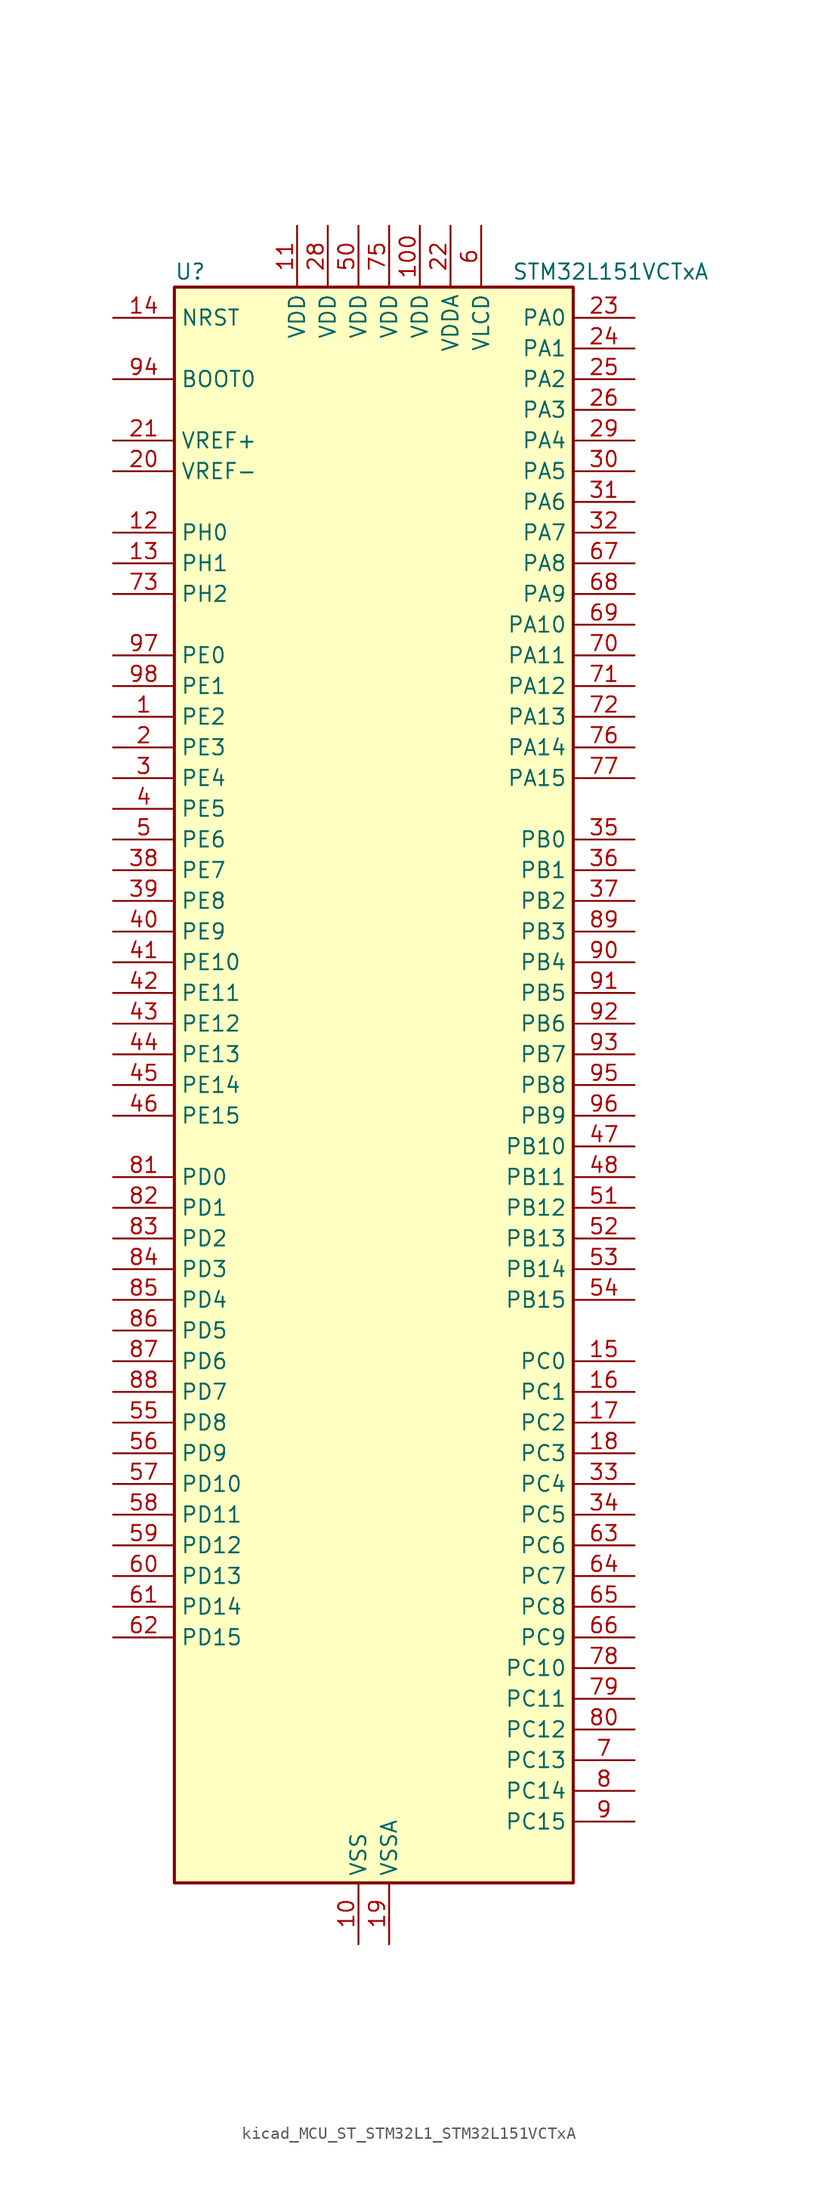
<source format=kicad_sym>
(kicad_symbol_lib
  (version 20220914)
  (generator kicad_symbol_editor)
  (symbol "kicad_MCU_ST_STM32L1_STM32L151VCTxA"
    (property "Reference" "U"
      (at -15.24 67.31 0)
      (effects (font (size 1.27 1.27)) (justify left)))
    (property "Value" "STM32L151VCTxA"
      (at 12.7 67.31 0)
      (effects (font (size 1.27 1.27)) (justify left)))
    (property "ki_locked" ""
      (at 0 0 0)
      (effects (font (size 1.27 1.27))))
    (symbol "kicad_MCU_ST_STM32L1_STM32L151VCTxA_0_1"
      (rectangle (start -15.24 -66.04) (end 17.78 66.04) (stroke (width 0.254) (type default)) (fill (type background))))
    (symbol "kicad_MCU_ST_STM32L1_STM32L151VCTxA_1_1"
      (pin bidirectional line (at -20.32 30.48 0) (length 5.08) (name "PE2" (effects (font (size 1.27 1.27)))) (number "1" (effects (font (size 1.27 1.27)))) (alternate "SYS_TRACECK" bidirectional line) (alternate "TIM3_ETR" bidirectional line) (alternate "TIMX_IC3" bidirectional line))
      (pin power_in line (at 0 -71.12 90) (length 5.08) (name "VSS" (effects (font (size 1.27 1.27)))) (number "10" (effects (font (size 1.27 1.27)))))
      (pin power_in line (at 5.08 71.12 270) (length 5.08) (name "VDD" (effects (font (size 1.27 1.27)))) (number "100" (effects (font (size 1.27 1.27)))))
      (pin power_in line (at -5.08 71.12 270) (length 5.08) (name "VDD" (effects (font (size 1.27 1.27)))) (number "11" (effects (font (size 1.27 1.27)))))
      (pin bidirectional line (at -20.32 45.72 0) (length 5.08) (name "PH0" (effects (font (size 1.27 1.27)))) (number "12" (effects (font (size 1.27 1.27)))) (alternate "RCC_OSC_IN" bidirectional line))
      (pin bidirectional line (at -20.32 43.18 0) (length 5.08) (name "PH1" (effects (font (size 1.27 1.27)))) (number "13" (effects (font (size 1.27 1.27)))) (alternate "RCC_OSC_OUT" bidirectional line))
      (pin input line (at -20.32 63.5 0) (length 5.08) (name "NRST" (effects (font (size 1.27 1.27)))) (number "14" (effects (font (size 1.27 1.27)))))
      (pin bidirectional line (at 22.86 -22.86 180) (length 5.08) (name "PC0" (effects (font (size 1.27 1.27)))) (number "15" (effects (font (size 1.27 1.27)))) (alternate "ADC_IN10" bidirectional line) (alternate "COMP1_INP" bidirectional line) (alternate "TIMX_IC1" bidirectional line) (alternate "TS_G8_IO1" bidirectional line))
      (pin bidirectional line (at 22.86 -25.4 180) (length 5.08) (name "PC1" (effects (font (size 1.27 1.27)))) (number "16" (effects (font (size 1.27 1.27)))) (alternate "ADC_IN11" bidirectional line) (alternate "COMP1_INP" bidirectional line) (alternate "TIMX_IC2" bidirectional line) (alternate "TS_G8_IO2" bidirectional line))
      (pin bidirectional line (at 22.86 -27.94 180) (length 5.08) (name "PC2" (effects (font (size 1.27 1.27)))) (number "17" (effects (font (size 1.27 1.27)))) (alternate "ADC_IN12" bidirectional line) (alternate "COMP1_INP" bidirectional line) (alternate "TIMX_IC3" bidirectional line) (alternate "TS_G8_IO3" bidirectional line))
      (pin bidirectional line (at 22.86 -30.48 180) (length 5.08) (name "PC3" (effects (font (size 1.27 1.27)))) (number "18" (effects (font (size 1.27 1.27)))) (alternate "ADC_IN13" bidirectional line) (alternate "COMP1_INP" bidirectional line) (alternate "TIMX_IC4" bidirectional line) (alternate "TS_G8_IO4" bidirectional line))
      (pin power_in line (at 2.54 -71.12 90) (length 5.08) (name "VSSA" (effects (font (size 1.27 1.27)))) (number "19" (effects (font (size 1.27 1.27)))))
      (pin bidirectional line (at -20.32 27.94 0) (length 5.08) (name "PE3" (effects (font (size 1.27 1.27)))) (number "2" (effects (font (size 1.27 1.27)))) (alternate "SYS_TRACED0" bidirectional line) (alternate "TIM3_CH1" bidirectional line) (alternate "TIMX_IC4" bidirectional line))
      (pin input line (at -20.32 50.8 0) (length 5.08) (name "VREF-" (effects (font (size 1.27 1.27)))) (number "20" (effects (font (size 1.27 1.27)))))
      (pin input line (at -20.32 53.34 0) (length 5.08) (name "VREF+" (effects (font (size 1.27 1.27)))) (number "21" (effects (font (size 1.27 1.27)))))
      (pin power_in line (at 7.62 71.12 270) (length 5.08) (name "VDDA" (effects (font (size 1.27 1.27)))) (number "22" (effects (font (size 1.27 1.27)))))
      (pin bidirectional line (at 22.86 63.5 180) (length 5.08) (name "PA0" (effects (font (size 1.27 1.27)))) (number "23" (effects (font (size 1.27 1.27)))) (alternate "ADC_IN0" bidirectional line) (alternate "COMP1_INP" bidirectional line) (alternate "RTC_TAMP2" bidirectional line) (alternate "SYS_WKUP1" bidirectional line) (alternate "TIM2_CH1" bidirectional line) (alternate "TIM2_ETR" bidirectional line) (alternate "TIM5_CH1" bidirectional line) (alternate "TIMX_IC1" bidirectional line) (alternate "TS_G1_IO1" bidirectional line) (alternate "USART2_CTS" bidirectional line))
      (pin bidirectional line (at 22.86 60.96 180) (length 5.08) (name "PA1" (effects (font (size 1.27 1.27)))) (number "24" (effects (font (size 1.27 1.27)))) (alternate "ADC_IN1" bidirectional line) (alternate "COMP1_INP" bidirectional line) (alternate "OPAMP1_VINP" bidirectional line) (alternate "TIM2_CH2" bidirectional line) (alternate "TIM5_CH2" bidirectional line) (alternate "TIMX_IC2" bidirectional line) (alternate "TS_G1_IO2" bidirectional line) (alternate "USART2_RTS" bidirectional line))
      (pin bidirectional line (at 22.86 58.42 180) (length 5.08) (name "PA2" (effects (font (size 1.27 1.27)))) (number "25" (effects (font (size 1.27 1.27)))) (alternate "ADC_IN2" bidirectional line) (alternate "COMP1_INP" bidirectional line) (alternate "OPAMP1_VINM" bidirectional line) (alternate "TIM2_CH3" bidirectional line) (alternate "TIM5_CH3" bidirectional line) (alternate "TIM9_CH1" bidirectional line) (alternate "TIMX_IC3" bidirectional line) (alternate "TS_G1_IO3" bidirectional line) (alternate "USART2_TX" bidirectional line))
      (pin bidirectional line (at 22.86 55.88 180) (length 5.08) (name "PA3" (effects (font (size 1.27 1.27)))) (number "26" (effects (font (size 1.27 1.27)))) (alternate "ADC_IN3" bidirectional line) (alternate "COMP1_INP" bidirectional line) (alternate "OPAMP1_VOUT" bidirectional line) (alternate "TIM2_CH4" bidirectional line) (alternate "TIM5_CH4" bidirectional line) (alternate "TIM9_CH2" bidirectional line) (alternate "TIMX_IC4" bidirectional line) (alternate "TS_G1_IO4" bidirectional line) (alternate "USART2_RX" bidirectional line))
      (pin passive line (at 0 -71.12 90) (length 5.08) hide (name "VSS" (effects (font (size 1.27 1.27)))) (number "27" (effects (font (size 1.27 1.27)))))
      (pin power_in line (at -2.54 71.12 270) (length 5.08) (name "VDD" (effects (font (size 1.27 1.27)))) (number "28" (effects (font (size 1.27 1.27)))))
      (pin bidirectional line (at 22.86 53.34 180) (length 5.08) (name "PA4" (effects (font (size 1.27 1.27)))) (number "29" (effects (font (size 1.27 1.27)))) (alternate "ADC_IN4" bidirectional line) (alternate "COMP1_INP" bidirectional line) (alternate "DAC_OUT1" bidirectional line) (alternate "I2S3_WS" bidirectional line) (alternate "SPI1_NSS" bidirectional line) (alternate "SPI3_NSS" bidirectional line) (alternate "TIMX_IC1" bidirectional line) (alternate "USART2_CK" bidirectional line))
      (pin bidirectional line (at -20.32 25.4 0) (length 5.08) (name "PE4" (effects (font (size 1.27 1.27)))) (number "3" (effects (font (size 1.27 1.27)))) (alternate "SYS_TRACED1" bidirectional line) (alternate "TIM3_CH2" bidirectional line) (alternate "TIMX_IC1" bidirectional line))
      (pin bidirectional line (at 22.86 50.8 180) (length 5.08) (name "PA5" (effects (font (size 1.27 1.27)))) (number "30" (effects (font (size 1.27 1.27)))) (alternate "ADC_IN5" bidirectional line) (alternate "COMP1_INP" bidirectional line) (alternate "DAC_OUT2" bidirectional line) (alternate "SPI1_SCK" bidirectional line) (alternate "TIM2_CH1" bidirectional line) (alternate "TIM2_ETR" bidirectional line) (alternate "TIMX_IC2" bidirectional line))
      (pin bidirectional line (at 22.86 48.26 180) (length 5.08) (name "PA6" (effects (font (size 1.27 1.27)))) (number "31" (effects (font (size 1.27 1.27)))) (alternate "ADC_IN6" bidirectional line) (alternate "COMP1_INP" bidirectional line) (alternate "OPAMP2_VINP" bidirectional line) (alternate "SPI1_MISO" bidirectional line) (alternate "TIM10_CH1" bidirectional line) (alternate "TIM3_CH1" bidirectional line) (alternate "TIMX_IC3" bidirectional line) (alternate "TS_G2_IO1" bidirectional line))
      (pin bidirectional line (at 22.86 45.72 180) (length 5.08) (name "PA7" (effects (font (size 1.27 1.27)))) (number "32" (effects (font (size 1.27 1.27)))) (alternate "ADC_IN7" bidirectional line) (alternate "COMP1_INP" bidirectional line) (alternate "OPAMP2_VINM" bidirectional line) (alternate "SPI1_MOSI" bidirectional line) (alternate "TIM11_CH1" bidirectional line) (alternate "TIM3_CH2" bidirectional line) (alternate "TIMX_IC4" bidirectional line) (alternate "TS_G2_IO2" bidirectional line))
      (pin bidirectional line (at 22.86 -33.02 180) (length 5.08) (name "PC4" (effects (font (size 1.27 1.27)))) (number "33" (effects (font (size 1.27 1.27)))) (alternate "ADC_IN14" bidirectional line) (alternate "COMP1_INP" bidirectional line) (alternate "TIMX_IC1" bidirectional line) (alternate "TS_G9_IO1" bidirectional line))
      (pin bidirectional line (at 22.86 -35.56 180) (length 5.08) (name "PC5" (effects (font (size 1.27 1.27)))) (number "34" (effects (font (size 1.27 1.27)))) (alternate "ADC_IN15" bidirectional line) (alternate "COMP1_INP" bidirectional line) (alternate "TIMX_IC2" bidirectional line) (alternate "TS_G9_IO2" bidirectional line))
      (pin bidirectional line (at 22.86 20.32 180) (length 5.08) (name "PB0" (effects (font (size 1.27 1.27)))) (number "35" (effects (font (size 1.27 1.27)))) (alternate "ADC_IN8" bidirectional line) (alternate "COMP1_INP" bidirectional line) (alternate "OPAMP2_VOUT" bidirectional line) (alternate "SYS_V_REF_OUT" bidirectional line) (alternate "TIM3_CH3" bidirectional line) (alternate "TS_G3_IO1" bidirectional line))
      (pin bidirectional line (at 22.86 17.78 180) (length 5.08) (name "PB1" (effects (font (size 1.27 1.27)))) (number "36" (effects (font (size 1.27 1.27)))) (alternate "ADC_IN9" bidirectional line) (alternate "COMP1_INP" bidirectional line) (alternate "SYS_V_REF_OUT" bidirectional line) (alternate "TIM3_CH4" bidirectional line) (alternate "TS_G3_IO2" bidirectional line))
      (pin bidirectional line (at 22.86 15.24 180) (length 5.08) (name "PB2" (effects (font (size 1.27 1.27)))) (number "37" (effects (font (size 1.27 1.27)))) (alternate "TS_G3_IO3" bidirectional line))
      (pin bidirectional line (at -20.32 17.78 0) (length 5.08) (name "PE7" (effects (font (size 1.27 1.27)))) (number "38" (effects (font (size 1.27 1.27)))) (alternate "ADC_IN22" bidirectional line) (alternate "COMP1_INP" bidirectional line) (alternate "TIMX_IC4" bidirectional line))
      (pin bidirectional line (at -20.32 15.24 0) (length 5.08) (name "PE8" (effects (font (size 1.27 1.27)))) (number "39" (effects (font (size 1.27 1.27)))) (alternate "ADC_IN23" bidirectional line) (alternate "COMP1_INP" bidirectional line) (alternate "TIMX_IC1" bidirectional line))
      (pin bidirectional line (at -20.32 22.86 0) (length 5.08) (name "PE5" (effects (font (size 1.27 1.27)))) (number "4" (effects (font (size 1.27 1.27)))) (alternate "SYS_TRACED2" bidirectional line) (alternate "TIM9_CH1" bidirectional line) (alternate "TIMX_IC2" bidirectional line))
      (pin bidirectional line (at -20.32 12.7 0) (length 5.08) (name "PE9" (effects (font (size 1.27 1.27)))) (number "40" (effects (font (size 1.27 1.27)))) (alternate "ADC_IN24" bidirectional line) (alternate "COMP1_INP" bidirectional line) (alternate "DAC_EXTI9" bidirectional line) (alternate "TIM2_CH1" bidirectional line) (alternate "TIM2_ETR" bidirectional line) (alternate "TIMX_IC2" bidirectional line))
      (pin bidirectional line (at -20.32 10.16 0) (length 5.08) (name "PE10" (effects (font (size 1.27 1.27)))) (number "41" (effects (font (size 1.27 1.27)))) (alternate "ADC_IN25" bidirectional line) (alternate "COMP1_INP" bidirectional line) (alternate "TIM2_CH2" bidirectional line) (alternate "TIMX_IC3" bidirectional line))
      (pin bidirectional line (at -20.32 7.62 0) (length 5.08) (name "PE11" (effects (font (size 1.27 1.27)))) (number "42" (effects (font (size 1.27 1.27)))) (alternate "ADC_EXTI11" bidirectional line) (alternate "TIM2_CH3" bidirectional line) (alternate "TIMX_IC4" bidirectional line))
      (pin bidirectional line (at -20.32 5.08 0) (length 5.08) (name "PE12" (effects (font (size 1.27 1.27)))) (number "43" (effects (font (size 1.27 1.27)))) (alternate "SPI1_NSS" bidirectional line) (alternate "TIM2_CH4" bidirectional line) (alternate "TIMX_IC1" bidirectional line))
      (pin bidirectional line (at -20.32 2.54 0) (length 5.08) (name "PE13" (effects (font (size 1.27 1.27)))) (number "44" (effects (font (size 1.27 1.27)))) (alternate "SPI1_SCK" bidirectional line) (alternate "TIMX_IC2" bidirectional line))
      (pin bidirectional line (at -20.32 0 0) (length 5.08) (name "PE14" (effects (font (size 1.27 1.27)))) (number "45" (effects (font (size 1.27 1.27)))) (alternate "SPI1_MISO" bidirectional line) (alternate "TIMX_IC3" bidirectional line))
      (pin bidirectional line (at -20.32 -2.54 0) (length 5.08) (name "PE15" (effects (font (size 1.27 1.27)))) (number "46" (effects (font (size 1.27 1.27)))) (alternate "ADC_EXTI15" bidirectional line) (alternate "SPI1_MOSI" bidirectional line) (alternate "TIMX_IC4" bidirectional line))
      (pin bidirectional line (at 22.86 -5.08 180) (length 5.08) (name "PB10" (effects (font (size 1.27 1.27)))) (number "47" (effects (font (size 1.27 1.27)))) (alternate "I2C2_SCL" bidirectional line) (alternate "TIM2_CH3" bidirectional line) (alternate "USART3_TX" bidirectional line))
      (pin bidirectional line (at 22.86 -7.62 180) (length 5.08) (name "PB11" (effects (font (size 1.27 1.27)))) (number "48" (effects (font (size 1.27 1.27)))) (alternate "ADC_EXTI11" bidirectional line) (alternate "I2C2_SDA" bidirectional line) (alternate "TIM2_CH4" bidirectional line) (alternate "USART3_RX" bidirectional line))
      (pin passive line (at 0 -71.12 90) (length 5.08) hide (name "VSS" (effects (font (size 1.27 1.27)))) (number "49" (effects (font (size 1.27 1.27)))))
      (pin bidirectional line (at -20.32 20.32 0) (length 5.08) (name "PE6" (effects (font (size 1.27 1.27)))) (number "5" (effects (font (size 1.27 1.27)))) (alternate "RTC_TAMP3" bidirectional line) (alternate "SYS_TRACED3" bidirectional line) (alternate "SYS_WKUP3" bidirectional line) (alternate "TIM9_CH2" bidirectional line) (alternate "TIMX_IC3" bidirectional line))
      (pin power_in line (at 0 71.12 270) (length 5.08) (name "VDD" (effects (font (size 1.27 1.27)))) (number "50" (effects (font (size 1.27 1.27)))))
      (pin bidirectional line (at 22.86 -10.16 180) (length 5.08) (name "PB12" (effects (font (size 1.27 1.27)))) (number "51" (effects (font (size 1.27 1.27)))) (alternate "ADC_IN18" bidirectional line) (alternate "COMP1_INP" bidirectional line) (alternate "I2C2_SMBA" bidirectional line) (alternate "I2S2_WS" bidirectional line) (alternate "SPI2_NSS" bidirectional line) (alternate "TIM10_CH1" bidirectional line) (alternate "TS_G7_IO1" bidirectional line) (alternate "USART3_CK" bidirectional line))
      (pin bidirectional line (at 22.86 -12.7 180) (length 5.08) (name "PB13" (effects (font (size 1.27 1.27)))) (number "52" (effects (font (size 1.27 1.27)))) (alternate "ADC_IN19" bidirectional line) (alternate "COMP1_INP" bidirectional line) (alternate "I2S2_CK" bidirectional line) (alternate "SPI2_SCK" bidirectional line) (alternate "TIM9_CH1" bidirectional line) (alternate "TS_G7_IO2" bidirectional line) (alternate "USART3_CTS" bidirectional line))
      (pin bidirectional line (at 22.86 -15.24 180) (length 5.08) (name "PB14" (effects (font (size 1.27 1.27)))) (number "53" (effects (font (size 1.27 1.27)))) (alternate "ADC_IN20" bidirectional line) (alternate "COMP1_INP" bidirectional line) (alternate "SPI2_MISO" bidirectional line) (alternate "TIM9_CH2" bidirectional line) (alternate "TS_G7_IO3" bidirectional line) (alternate "USART3_RTS" bidirectional line))
      (pin bidirectional line (at 22.86 -17.78 180) (length 5.08) (name "PB15" (effects (font (size 1.27 1.27)))) (number "54" (effects (font (size 1.27 1.27)))) (alternate "ADC_EXTI15" bidirectional line) (alternate "ADC_IN21" bidirectional line) (alternate "COMP1_INP" bidirectional line) (alternate "I2S2_SD" bidirectional line) (alternate "RTC_REFIN" bidirectional line) (alternate "SPI2_MOSI" bidirectional line) (alternate "TIM11_CH1" bidirectional line) (alternate "TS_G7_IO4" bidirectional line))
      (pin bidirectional line (at -20.32 -27.94 0) (length 5.08) (name "PD8" (effects (font (size 1.27 1.27)))) (number "55" (effects (font (size 1.27 1.27)))) (alternate "TIMX_IC1" bidirectional line) (alternate "USART3_TX" bidirectional line))
      (pin bidirectional line (at -20.32 -30.48 0) (length 5.08) (name "PD9" (effects (font (size 1.27 1.27)))) (number "56" (effects (font (size 1.27 1.27)))) (alternate "DAC_EXTI9" bidirectional line) (alternate "TIMX_IC2" bidirectional line) (alternate "USART3_RX" bidirectional line))
      (pin bidirectional line (at -20.32 -33.02 0) (length 5.08) (name "PD10" (effects (font (size 1.27 1.27)))) (number "57" (effects (font (size 1.27 1.27)))) (alternate "TIMX_IC3" bidirectional line) (alternate "USART3_CK" bidirectional line))
      (pin bidirectional line (at -20.32 -35.56 0) (length 5.08) (name "PD11" (effects (font (size 1.27 1.27)))) (number "58" (effects (font (size 1.27 1.27)))) (alternate "ADC_EXTI11" bidirectional line) (alternate "TIMX_IC4" bidirectional line) (alternate "USART3_CTS" bidirectional line))
      (pin bidirectional line (at -20.32 -38.1 0) (length 5.08) (name "PD12" (effects (font (size 1.27 1.27)))) (number "59" (effects (font (size 1.27 1.27)))) (alternate "TIM4_CH1" bidirectional line) (alternate "TIMX_IC1" bidirectional line) (alternate "USART3_RTS" bidirectional line))
      (pin power_in line (at 10.16 71.12 270) (length 5.08) (name "VLCD" (effects (font (size 1.27 1.27)))) (number "6" (effects (font (size 1.27 1.27)))))
      (pin bidirectional line (at -20.32 -40.64 0) (length 5.08) (name "PD13" (effects (font (size 1.27 1.27)))) (number "60" (effects (font (size 1.27 1.27)))) (alternate "TIM4_CH2" bidirectional line) (alternate "TIMX_IC2" bidirectional line))
      (pin bidirectional line (at -20.32 -43.18 0) (length 5.08) (name "PD14" (effects (font (size 1.27 1.27)))) (number "61" (effects (font (size 1.27 1.27)))) (alternate "TIM4_CH3" bidirectional line) (alternate "TIMX_IC3" bidirectional line))
      (pin bidirectional line (at -20.32 -45.72 0) (length 5.08) (name "PD15" (effects (font (size 1.27 1.27)))) (number "62" (effects (font (size 1.27 1.27)))) (alternate "ADC_EXTI15" bidirectional line) (alternate "TIM4_CH4" bidirectional line) (alternate "TIMX_IC4" bidirectional line))
      (pin bidirectional line (at 22.86 -38.1 180) (length 5.08) (name "PC6" (effects (font (size 1.27 1.27)))) (number "63" (effects (font (size 1.27 1.27)))) (alternate "I2S2_MCK" bidirectional line) (alternate "TIM3_CH1" bidirectional line) (alternate "TIMX_IC3" bidirectional line) (alternate "TS_G10_IO1" bidirectional line))
      (pin bidirectional line (at 22.86 -40.64 180) (length 5.08) (name "PC7" (effects (font (size 1.27 1.27)))) (number "64" (effects (font (size 1.27 1.27)))) (alternate "I2S3_MCK" bidirectional line) (alternate "TIM3_CH2" bidirectional line) (alternate "TIMX_IC4" bidirectional line) (alternate "TS_G10_IO2" bidirectional line))
      (pin bidirectional line (at 22.86 -43.18 180) (length 5.08) (name "PC8" (effects (font (size 1.27 1.27)))) (number "65" (effects (font (size 1.27 1.27)))) (alternate "TIM3_CH3" bidirectional line) (alternate "TIMX_IC1" bidirectional line) (alternate "TS_G10_IO3" bidirectional line))
      (pin bidirectional line (at 22.86 -45.72 180) (length 5.08) (name "PC9" (effects (font (size 1.27 1.27)))) (number "66" (effects (font (size 1.27 1.27)))) (alternate "DAC_EXTI9" bidirectional line) (alternate "TIM3_CH4" bidirectional line) (alternate "TIMX_IC2" bidirectional line) (alternate "TS_G10_IO4" bidirectional line))
      (pin bidirectional line (at 22.86 43.18 180) (length 5.08) (name "PA8" (effects (font (size 1.27 1.27)))) (number "67" (effects (font (size 1.27 1.27)))) (alternate "RCC_MCO" bidirectional line) (alternate "TIMX_IC1" bidirectional line) (alternate "TS_G4_IO1" bidirectional line) (alternate "USART1_CK" bidirectional line))
      (pin bidirectional line (at 22.86 40.64 180) (length 5.08) (name "PA9" (effects (font (size 1.27 1.27)))) (number "68" (effects (font (size 1.27 1.27)))) (alternate "DAC_EXTI9" bidirectional line) (alternate "TIMX_IC2" bidirectional line) (alternate "TS_G4_IO2" bidirectional line) (alternate "USART1_TX" bidirectional line))
      (pin bidirectional line (at 22.86 38.1 180) (length 5.08) (name "PA10" (effects (font (size 1.27 1.27)))) (number "69" (effects (font (size 1.27 1.27)))) (alternate "TIMX_IC3" bidirectional line) (alternate "TS_G4_IO3" bidirectional line) (alternate "USART1_RX" bidirectional line))
      (pin bidirectional line (at 22.86 -55.88 180) (length 5.08) (name "PC13" (effects (font (size 1.27 1.27)))) (number "7" (effects (font (size 1.27 1.27)))) (alternate "RTC_OUT_ALARM" bidirectional line) (alternate "RTC_OUT_CALIB" bidirectional line) (alternate "RTC_TAMP1" bidirectional line) (alternate "RTC_TS" bidirectional line) (alternate "SYS_WKUP2" bidirectional line) (alternate "TIMX_IC2" bidirectional line))
      (pin bidirectional line (at 22.86 35.56 180) (length 5.08) (name "PA11" (effects (font (size 1.27 1.27)))) (number "70" (effects (font (size 1.27 1.27)))) (alternate "ADC_EXTI11" bidirectional line) (alternate "SPI1_MISO" bidirectional line) (alternate "TIMX_IC4" bidirectional line) (alternate "USART1_CTS" bidirectional line) (alternate "USB_DM" bidirectional line))
      (pin bidirectional line (at 22.86 33.02 180) (length 5.08) (name "PA12" (effects (font (size 1.27 1.27)))) (number "71" (effects (font (size 1.27 1.27)))) (alternate "SPI1_MOSI" bidirectional line) (alternate "TIMX_IC1" bidirectional line) (alternate "USART1_RTS" bidirectional line) (alternate "USB_DP" bidirectional line))
      (pin bidirectional line (at 22.86 30.48 180) (length 5.08) (name "PA13" (effects (font (size 1.27 1.27)))) (number "72" (effects (font (size 1.27 1.27)))) (alternate "SYS_JTMS-SWDIO" bidirectional line) (alternate "TIMX_IC2" bidirectional line) (alternate "TS_G5_IO1" bidirectional line))
      (pin bidirectional line (at -20.32 40.64 0) (length 5.08) (name "PH2" (effects (font (size 1.27 1.27)))) (number "73" (effects (font (size 1.27 1.27)))))
      (pin passive line (at 0 -71.12 90) (length 5.08) hide (name "VSS" (effects (font (size 1.27 1.27)))) (number "74" (effects (font (size 1.27 1.27)))))
      (pin power_in line (at 2.54 71.12 270) (length 5.08) (name "VDD" (effects (font (size 1.27 1.27)))) (number "75" (effects (font (size 1.27 1.27)))))
      (pin bidirectional line (at 22.86 27.94 180) (length 5.08) (name "PA14" (effects (font (size 1.27 1.27)))) (number "76" (effects (font (size 1.27 1.27)))) (alternate "SYS_JTCK-SWCLK" bidirectional line) (alternate "TIMX_IC3" bidirectional line) (alternate "TS_G5_IO2" bidirectional line))
      (pin bidirectional line (at 22.86 25.4 180) (length 5.08) (name "PA15" (effects (font (size 1.27 1.27)))) (number "77" (effects (font (size 1.27 1.27)))) (alternate "ADC_EXTI15" bidirectional line) (alternate "I2S3_WS" bidirectional line) (alternate "SPI1_NSS" bidirectional line) (alternate "SPI3_NSS" bidirectional line) (alternate "SYS_JTDI" bidirectional line) (alternate "TIM2_CH1" bidirectional line) (alternate "TIM2_ETR" bidirectional line) (alternate "TIMX_IC4" bidirectional line) (alternate "TS_G5_IO3" bidirectional line))
      (pin bidirectional line (at 22.86 -48.26 180) (length 5.08) (name "PC10" (effects (font (size 1.27 1.27)))) (number "78" (effects (font (size 1.27 1.27)))) (alternate "I2S3_CK" bidirectional line) (alternate "SPI3_SCK" bidirectional line) (alternate "TIMX_IC3" bidirectional line) (alternate "USART3_TX" bidirectional line))
      (pin bidirectional line (at 22.86 -50.8 180) (length 5.08) (name "PC11" (effects (font (size 1.27 1.27)))) (number "79" (effects (font (size 1.27 1.27)))) (alternate "ADC_EXTI11" bidirectional line) (alternate "SPI3_MISO" bidirectional line) (alternate "TIMX_IC4" bidirectional line) (alternate "USART3_RX" bidirectional line))
      (pin bidirectional line (at 22.86 -58.42 180) (length 5.08) (name "PC14" (effects (font (size 1.27 1.27)))) (number "8" (effects (font (size 1.27 1.27)))) (alternate "RCC_OSC32_IN" bidirectional line) (alternate "TIMX_IC3" bidirectional line))
      (pin bidirectional line (at 22.86 -53.34 180) (length 5.08) (name "PC12" (effects (font (size 1.27 1.27)))) (number "80" (effects (font (size 1.27 1.27)))) (alternate "I2S3_SD" bidirectional line) (alternate "SPI3_MOSI" bidirectional line) (alternate "TIMX_IC1" bidirectional line) (alternate "USART3_CK" bidirectional line))
      (pin bidirectional line (at -20.32 -7.62 0) (length 5.08) (name "PD0" (effects (font (size 1.27 1.27)))) (number "81" (effects (font (size 1.27 1.27)))) (alternate "I2S2_WS" bidirectional line) (alternate "SPI2_NSS" bidirectional line) (alternate "TIM9_CH1" bidirectional line) (alternate "TIMX_IC1" bidirectional line))
      (pin bidirectional line (at -20.32 -10.16 0) (length 5.08) (name "PD1" (effects (font (size 1.27 1.27)))) (number "82" (effects (font (size 1.27 1.27)))) (alternate "I2S2_CK" bidirectional line) (alternate "SPI2_SCK" bidirectional line) (alternate "TIMX_IC2" bidirectional line))
      (pin bidirectional line (at -20.32 -12.7 0) (length 5.08) (name "PD2" (effects (font (size 1.27 1.27)))) (number "83" (effects (font (size 1.27 1.27)))) (alternate "TIM3_ETR" bidirectional line) (alternate "TIMX_IC3" bidirectional line))
      (pin bidirectional line (at -20.32 -15.24 0) (length 5.08) (name "PD3" (effects (font (size 1.27 1.27)))) (number "84" (effects (font (size 1.27 1.27)))) (alternate "SPI2_MISO" bidirectional line) (alternate "TIMX_IC4" bidirectional line) (alternate "USART2_CTS" bidirectional line))
      (pin bidirectional line (at -20.32 -17.78 0) (length 5.08) (name "PD4" (effects (font (size 1.27 1.27)))) (number "85" (effects (font (size 1.27 1.27)))) (alternate "I2S2_SD" bidirectional line) (alternate "SPI2_MOSI" bidirectional line) (alternate "TIMX_IC1" bidirectional line) (alternate "USART2_RTS" bidirectional line))
      (pin bidirectional line (at -20.32 -20.32 0) (length 5.08) (name "PD5" (effects (font (size 1.27 1.27)))) (number "86" (effects (font (size 1.27 1.27)))) (alternate "TIMX_IC2" bidirectional line) (alternate "USART2_TX" bidirectional line))
      (pin bidirectional line (at -20.32 -22.86 0) (length 5.08) (name "PD6" (effects (font (size 1.27 1.27)))) (number "87" (effects (font (size 1.27 1.27)))) (alternate "TIMX_IC3" bidirectional line) (alternate "USART2_RX" bidirectional line))
      (pin bidirectional line (at -20.32 -25.4 0) (length 5.08) (name "PD7" (effects (font (size 1.27 1.27)))) (number "88" (effects (font (size 1.27 1.27)))) (alternate "TIM9_CH2" bidirectional line) (alternate "TIMX_IC4" bidirectional line) (alternate "USART2_CK" bidirectional line))
      (pin bidirectional line (at 22.86 12.7 180) (length 5.08) (name "PB3" (effects (font (size 1.27 1.27)))) (number "89" (effects (font (size 1.27 1.27)))) (alternate "COMP2_INM" bidirectional line) (alternate "I2S3_CK" bidirectional line) (alternate "SPI1_SCK" bidirectional line) (alternate "SPI3_SCK" bidirectional line) (alternate "SYS_JTDO-TRACESWO" bidirectional line) (alternate "TIM2_CH2" bidirectional line))
      (pin bidirectional line (at 22.86 -60.96 180) (length 5.08) (name "PC15" (effects (font (size 1.27 1.27)))) (number "9" (effects (font (size 1.27 1.27)))) (alternate "ADC_EXTI15" bidirectional line) (alternate "RCC_OSC32_OUT" bidirectional line) (alternate "TIMX_IC4" bidirectional line))
      (pin bidirectional line (at 22.86 10.16 180) (length 5.08) (name "PB4" (effects (font (size 1.27 1.27)))) (number "90" (effects (font (size 1.27 1.27)))) (alternate "COMP2_INP" bidirectional line) (alternate "SPI1_MISO" bidirectional line) (alternate "SPI3_MISO" bidirectional line) (alternate "SYS_JTRST" bidirectional line) (alternate "TIM3_CH1" bidirectional line) (alternate "TS_G6_IO1" bidirectional line))
      (pin bidirectional line (at 22.86 7.62 180) (length 5.08) (name "PB5" (effects (font (size 1.27 1.27)))) (number "91" (effects (font (size 1.27 1.27)))) (alternate "COMP2_INP" bidirectional line) (alternate "I2C1_SMBA" bidirectional line) (alternate "I2S3_SD" bidirectional line) (alternate "SPI1_MOSI" bidirectional line) (alternate "SPI3_MOSI" bidirectional line) (alternate "TIM3_CH2" bidirectional line) (alternate "TS_G6_IO2" bidirectional line))
      (pin bidirectional line (at 22.86 5.08 180) (length 5.08) (name "PB6" (effects (font (size 1.27 1.27)))) (number "92" (effects (font (size 1.27 1.27)))) (alternate "COMP2_INP" bidirectional line) (alternate "I2C1_SCL" bidirectional line) (alternate "TIM4_CH1" bidirectional line) (alternate "TS_G6_IO3" bidirectional line) (alternate "USART1_TX" bidirectional line))
      (pin bidirectional line (at 22.86 2.54 180) (length 5.08) (name "PB7" (effects (font (size 1.27 1.27)))) (number "93" (effects (font (size 1.27 1.27)))) (alternate "COMP2_INP" bidirectional line) (alternate "I2C1_SDA" bidirectional line) (alternate "SYS_PVD_IN" bidirectional line) (alternate "TIM4_CH2" bidirectional line) (alternate "TS_G6_IO4" bidirectional line) (alternate "USART1_RX" bidirectional line))
      (pin input line (at -20.32 58.42 0) (length 5.08) (name "BOOT0" (effects (font (size 1.27 1.27)))) (number "94" (effects (font (size 1.27 1.27)))))
      (pin bidirectional line (at 22.86 0 180) (length 5.08) (name "PB8" (effects (font (size 1.27 1.27)))) (number "95" (effects (font (size 1.27 1.27)))) (alternate "I2C1_SCL" bidirectional line) (alternate "TIM10_CH1" bidirectional line) (alternate "TIM4_CH3" bidirectional line))
      (pin bidirectional line (at 22.86 -2.54 180) (length 5.08) (name "PB9" (effects (font (size 1.27 1.27)))) (number "96" (effects (font (size 1.27 1.27)))) (alternate "DAC_EXTI9" bidirectional line) (alternate "I2C1_SDA" bidirectional line) (alternate "TIM11_CH1" bidirectional line) (alternate "TIM4_CH4" bidirectional line))
      (pin bidirectional line (at -20.32 35.56 0) (length 5.08) (name "PE0" (effects (font (size 1.27 1.27)))) (number "97" (effects (font (size 1.27 1.27)))) (alternate "TIM10_CH1" bidirectional line) (alternate "TIM4_ETR" bidirectional line) (alternate "TIMX_IC1" bidirectional line))
      (pin bidirectional line (at -20.32 33.02 0) (length 5.08) (name "PE1" (effects (font (size 1.27 1.27)))) (number "98" (effects (font (size 1.27 1.27)))) (alternate "TIM11_CH1" bidirectional line) (alternate "TIMX_IC2" bidirectional line))
      (pin passive line (at 0 -71.12 90) (length 5.08) hide (name "VSS" (effects (font (size 1.27 1.27)))) (number "99" (effects (font (size 1.27 1.27))))))))
</source>
